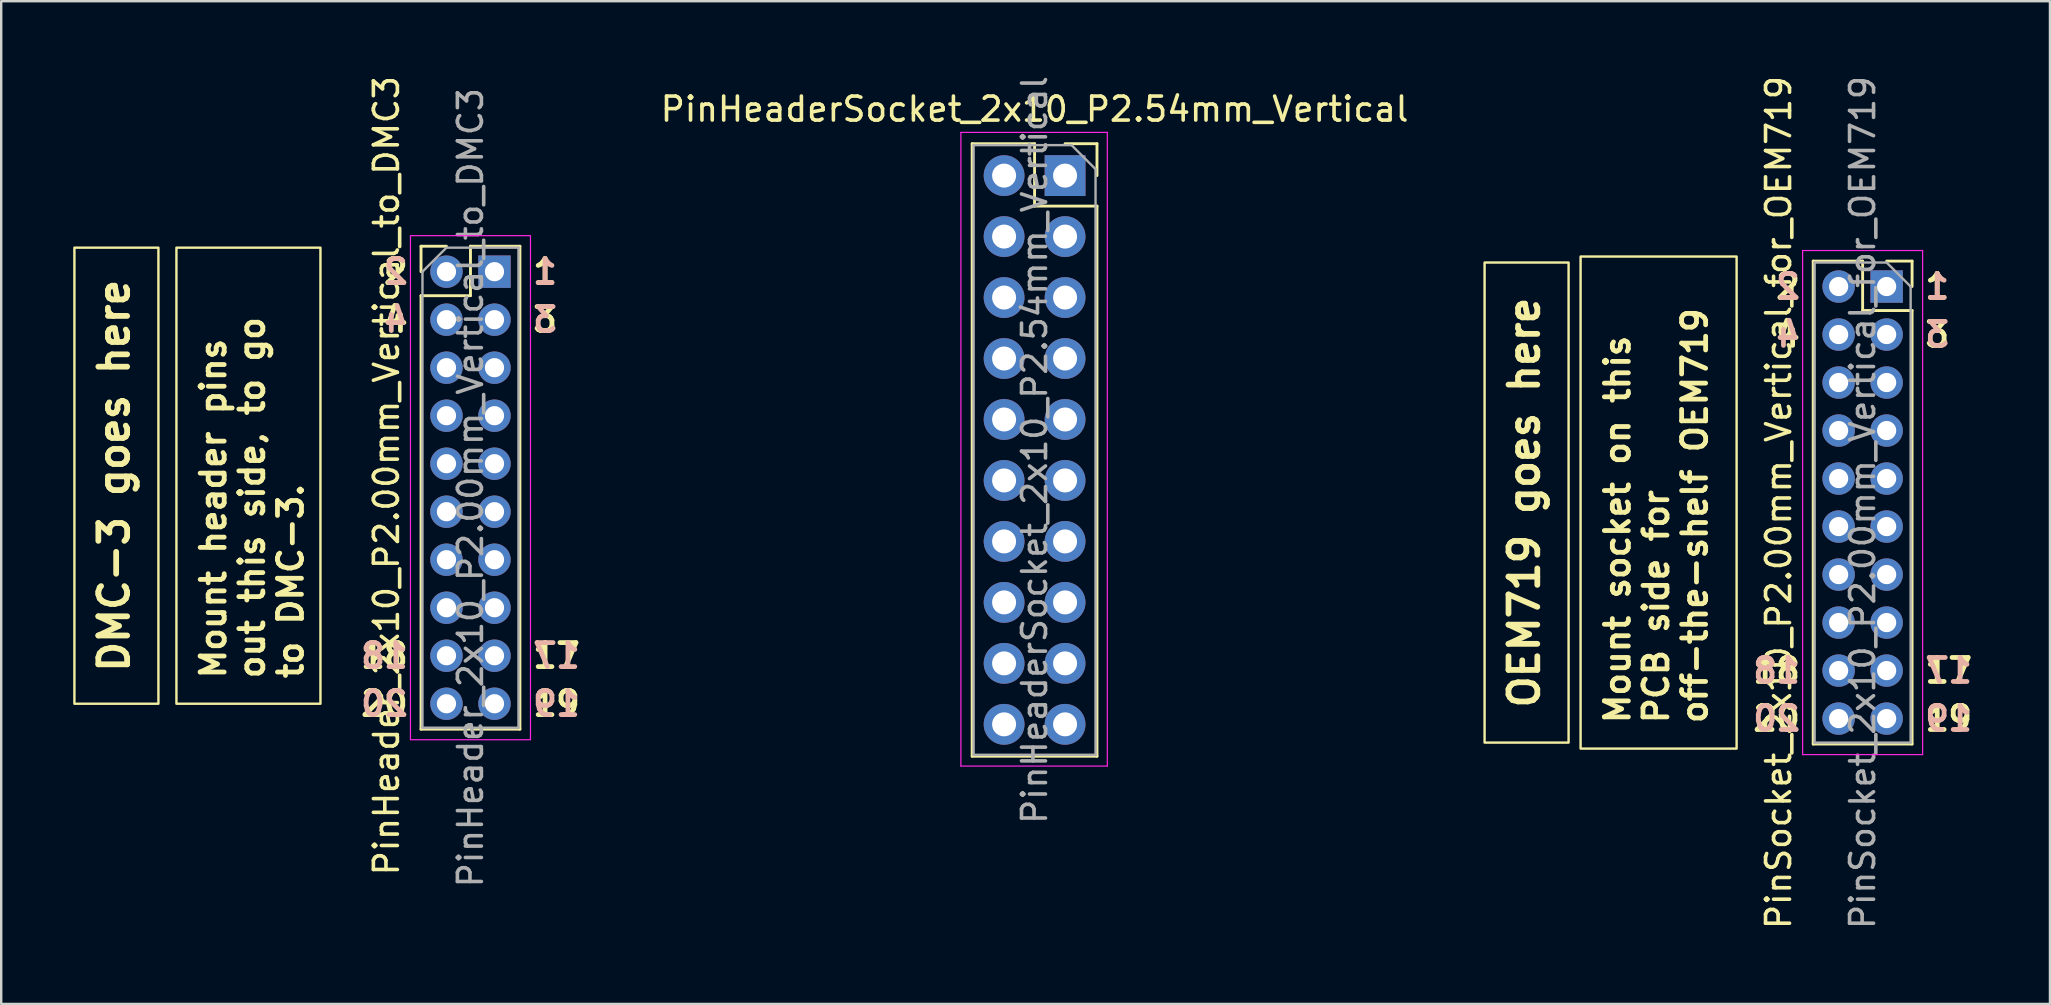
<source format=kicad_pcb>
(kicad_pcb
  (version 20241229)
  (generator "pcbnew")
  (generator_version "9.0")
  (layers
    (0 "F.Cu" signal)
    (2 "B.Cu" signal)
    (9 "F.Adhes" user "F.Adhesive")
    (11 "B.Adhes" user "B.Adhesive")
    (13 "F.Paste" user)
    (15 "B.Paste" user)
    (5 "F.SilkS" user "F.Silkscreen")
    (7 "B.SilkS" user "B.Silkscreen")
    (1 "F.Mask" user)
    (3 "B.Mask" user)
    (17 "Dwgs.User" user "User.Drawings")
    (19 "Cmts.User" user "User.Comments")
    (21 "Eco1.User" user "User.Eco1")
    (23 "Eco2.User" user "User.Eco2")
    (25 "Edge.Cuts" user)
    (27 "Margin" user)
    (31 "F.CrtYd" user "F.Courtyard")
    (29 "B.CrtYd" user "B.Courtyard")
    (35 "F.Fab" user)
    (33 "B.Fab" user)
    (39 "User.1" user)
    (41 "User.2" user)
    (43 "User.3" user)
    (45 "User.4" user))
  (footprint "PinSocket_2x10_P2.00mm_Vertical_for_OEM719"
    (layer "F.Cu")
    (at 75.548 8.887)
    (property "Reference" "PinSocket_2x10_P2.00mm_Vertical_for_OEM719" (at -4.5 9 90) (layer "F.SilkS") (effects (font (size 1 1) (thickness 0.15))))
    (attr through_hole)
    (fp_line (start -3.06 -1.06) (end -3.06 19.06) (stroke (width 0.12) (type solid)) (layer "F.SilkS"))
    (fp_line (start -3.06 -1.06) (end -1 -1.06) (stroke (width 0.12) (type solid)) (layer "F.SilkS"))
    (fp_line (start -3.06 19.06) (end 1.06 19.06) (stroke (width 0.12) (type solid)) (layer "F.SilkS"))
    (fp_line (start -1 -1.06) (end -1 1) (stroke (width 0.12) (type solid)) (layer "F.SilkS"))
    (fp_line (start -1 1) (end 1.06 1) (stroke (width 0.12) (type solid)) (layer "F.SilkS"))
    (fp_line (start 0 -1.06) (end 1.06 -1.06) (stroke (width 0.12) (type solid)) (layer "F.SilkS"))
    (fp_line (start 1.06 -1.06) (end 1.06 0) (stroke (width 0.12) (type solid)) (layer "F.SilkS"))
    (fp_line (start 1.06 1) (end 1.06 19.06) (stroke (width 0.12) (type solid)) (layer "F.SilkS"))
    (fp_line (start -3.5 -1.5) (end 1.5 -1.5) (stroke (width 0.05) (type solid)) (layer "F.CrtYd"))
    (fp_line (start -3.5 19.5) (end -3.5 -1.5) (stroke (width 0.05) (type solid)) (layer "F.CrtYd"))
    (fp_line (start 1.5 -1.5) (end 1.5 19.5) (stroke (width 0.05) (type solid)) (layer "F.CrtYd"))
    (fp_line (start 1.5 19.5) (end -3.5 19.5) (stroke (width 0.05) (type solid)) (layer "F.CrtYd"))
    (fp_line (start -3 -1) (end 0 -1) (stroke (width 0.1) (type solid)) (layer "F.Fab"))
    (fp_line (start -3 19) (end -3 -1) (stroke (width 0.1) (type solid)) (layer "F.Fab"))
    (fp_line (start 0 -1) (end 1 0) (stroke (width 0.1) (type solid)) (layer "F.Fab"))
    (fp_line (start 1 0) (end 1 19) (stroke (width 0.1) (type solid)) (layer "F.Fab"))
    (fp_line (start 1 19) (end -3 19) (stroke (width 0.1) (type solid)) (layer "F.Fab"))
    (fp_text user "17" (at 1.5 16 0) (unlocked yes) (layer "F.SilkS") (effects (font (size 1 1) (thickness 0.2) (bold yes)) (justify left)))
    (fp_text user "3" (at 1.5 2 0) (unlocked yes) (layer "F.SilkS") (effects (font (size 1 1) (thickness 0.2) (bold yes)) (justify left)))
    (fp_text user "1" (at 1.5 0 0) (unlocked yes) (layer "F.SilkS") (effects (font (size 1 1) (thickness 0.2) (bold yes)) (justify left)))
    (fp_text user "18" (at -3.5 16 0) (unlocked yes) (layer "F.SilkS") (effects (font (size 1 1) (thickness 0.2) (bold yes)) (justify right)))
    (fp_text user "19" (at 1.5 18 0) (unlocked yes) (layer "F.SilkS") (effects (font (size 1 1) (thickness 0.2) (bold yes)) (justify left)))
    (fp_text user "20" (at -3.5 18 0) (unlocked yes) (layer "F.SilkS") (effects (font (size 1 1) (thickness 0.2) (bold yes)) (justify right)))
    (fp_text user "2" (at -3.5 0 0) (unlocked yes) (layer "F.SilkS") (effects (font (size 1 1) (thickness 0.2) (bold yes)) (justify right)))
    (fp_text user "4" (at -3.5 2 0) (unlocked yes) (layer "F.SilkS") (effects (font (size 1 1) (thickness 0.2) (bold yes)) (justify right)))
    (fp_text user "18" (at -3.5 16 0) (unlocked yes) (layer "B.SilkS") (effects (font (size 1 1) (thickness 0.2) (bold yes)) (justify left mirror)))
    (fp_text user "19" (at 1.5 18 0) (unlocked yes) (layer "B.SilkS") (effects (font (size 1 1) (thickness 0.2) (bold yes)) (justify right mirror)))
    (fp_text user "2" (at -3.5 0 0) (unlocked yes) (layer "B.SilkS") (effects (font (size 1 1) (thickness 0.2) (bold yes)) (justify left mirror)))
    (fp_text user "4" (at -3.5 2 0) (unlocked yes) (layer "B.SilkS") (effects (font (size 1 1) (thickness 0.2) (bold yes)) (justify left mirror)))
    (fp_text user "3" (at 1.5 2 0) (unlocked yes) (layer "B.SilkS") (effects (font (size 1 1) (thickness 0.2) (bold yes)) (justify right mirror)))
    (fp_text user "1" (at 1.5 0 0) (unlocked yes) (layer "B.SilkS") (effects (font (size 1 1) (thickness 0.2) (bold yes)) (justify right mirror)))
    (fp_text user "17" (at 1.5 16 0) (unlocked yes) (layer "B.SilkS") (effects (font (size 1 1) (thickness 0.2) (bold yes)) (justify right mirror)))
    (fp_text user "20" (at -3.5 18 0) (unlocked yes) (layer "B.SilkS") (effects (font (size 1 1) (thickness 0.2) (bold yes)) (justify left mirror)))
    (fp_text user "${REFERENCE}" (at -1 9 90) (layer "F.Fab") (effects (font (size 1 1) (thickness 0.15))))
    (fp_text_box "Mount socket on this PCB side for off-the-shelf OEM719" (start -12.75 -1.25) (end -6.25 19.25) (margins 1.002 1.002 1.002 1.002) (angle 90) (layer "F.SilkS") (effects (font (size 1 1) (thickness 0.2) (bold yes)) (justify left top)) (border yes) (stroke (width 0.1) (type solid)))
    (fp_text_box "OEM719 goes here" (start -16.75 -1) (end -13.25 19) (margins 1.002 1.002 1.002 1.002) (angle 90) (layer "F.SilkS") (effects (font (size 1.2 1.2) (thickness 0.24) (bold yes)) (justify top)) (border yes) (stroke (width 0.1) (type solid)))
    (pad "1" thru_hole rect (at 0 0) (size 1.35 1.35) (drill 0.8) (layers "*.Cu" "*.Mask"))
    (pad "2" thru_hole oval (at -2 0) (size 1.35 1.35) (drill 0.8) (layers "*.Cu" "*.Mask"))
    (pad "3" thru_hole oval (at 0 2) (size 1.35 1.35) (drill 0.8) (layers "*.Cu" "*.Mask"))
    (pad "4" thru_hole oval (at -2 2) (size 1.35 1.35) (drill 0.8) (layers "*.Cu" "*.Mask"))
    (pad "5" thru_hole oval (at 0 4) (size 1.35 1.35) (drill 0.8) (layers "*.Cu" "*.Mask"))
    (pad "6" thru_hole oval (at -2 4) (size 1.35 1.35) (drill 0.8) (layers "*.Cu" "*.Mask"))
    (pad "7" thru_hole oval (at 0 6) (size 1.35 1.35) (drill 0.8) (layers "*.Cu" "*.Mask"))
    (pad "8" thru_hole oval (at -2 6) (size 1.35 1.35) (drill 0.8) (layers "*.Cu" "*.Mask"))
    (pad "9" thru_hole oval (at 0 8) (size 1.35 1.35) (drill 0.8) (layers "*.Cu" "*.Mask"))
    (pad "10" thru_hole oval (at -2 8) (size 1.35 1.35) (drill 0.8) (layers "*.Cu" "*.Mask"))
    (pad "11" thru_hole oval (at 0 10) (size 1.35 1.35) (drill 0.8) (layers "*.Cu" "*.Mask"))
    (pad "12" thru_hole oval (at -2 10) (size 1.35 1.35) (drill 0.8) (layers "*.Cu" "*.Mask"))
    (pad "13" thru_hole oval (at 0 12) (size 1.35 1.35) (drill 0.8) (layers "*.Cu" "*.Mask"))
    (pad "14" thru_hole oval (at -2 12) (size 1.35 1.35) (drill 0.8) (layers "*.Cu" "*.Mask"))
    (pad "15" thru_hole oval (at 0 14) (size 1.35 1.35) (drill 0.8) (layers "*.Cu" "*.Mask"))
    (pad "16" thru_hole oval (at -2 14) (size 1.35 1.35) (drill 0.8) (layers "*.Cu" "*.Mask"))
    (pad "17" thru_hole oval (at 0 16) (size 1.35 1.35) (drill 0.8) (layers "*.Cu" "*.Mask"))
    (pad "18" thru_hole oval (at -2 16) (size 1.35 1.35) (drill 0.8) (layers "*.Cu" "*.Mask"))
    (pad "19" thru_hole oval (at 0 18) (size 1.35 1.35) (drill 0.8) (layers "*.Cu" "*.Mask"))
    (pad "20" thru_hole oval (at -2 18) (size 1.35 1.35) (drill 0.8) (layers "*.Cu" "*.Mask")))
  (footprint "PinHeader_2x10_P2.00mm_Vertical_to_DMC3"
    (layer "F.Cu")
    (at 15.55 8.268)
    (property "Reference" "PinHeader_2x10_P2.00mm_Vertical_to_DMC3" (at -2.5 8.5 90) (layer "F.SilkS") (effects (font (size 1 1) (thickness 0.15))))
    (attr through_hole)
    (fp_line (start -1.06 -1.06) (end 0 -1.06) (stroke (width 0.12) (type solid)) (layer "F.SilkS"))
    (fp_line (start -1.06 0) (end -1.06 -1.06) (stroke (width 0.12) (type solid)) (layer "F.SilkS"))
    (fp_line (start -1.06 1) (end -1.06 19.06) (stroke (width 0.12) (type solid)) (layer "F.SilkS"))
    (fp_line (start -1.06 1) (end 1 1) (stroke (width 0.12) (type solid)) (layer "F.SilkS"))
    (fp_line (start -1.06 19.06) (end 3.06 19.06) (stroke (width 0.12) (type solid)) (layer "F.SilkS"))
    (fp_line (start 1 -1.06) (end 3.06 -1.06) (stroke (width 0.12) (type solid)) (layer "F.SilkS"))
    (fp_line (start 1 1) (end 1 -1.06) (stroke (width 0.12) (type solid)) (layer "F.SilkS"))
    (fp_line (start 3.06 -1.06) (end 3.06 19.06) (stroke (width 0.12) (type solid)) (layer "F.SilkS"))
    (fp_rect (start -1.5 -1.5) (end 3.5 19.5) (stroke (width 0.05) (type default)) (fill no) (layer "F.CrtYd"))
    (fp_line (start -1 0) (end 0 -1) (stroke (width 0.1) (type solid)) (layer "F.Fab"))
    (fp_line (start -1 19) (end -1 0) (stroke (width 0.1) (type solid)) (layer "F.Fab"))
    (fp_line (start 0 -1) (end 3 -1) (stroke (width 0.1) (type solid)) (layer "F.Fab"))
    (fp_line (start 3 -1) (end 3 19) (stroke (width 0.1) (type solid)) (layer "F.Fab"))
    (fp_line (start 3 19) (end -1 19) (stroke (width 0.1) (type solid)) (layer "F.Fab"))
    (fp_text user "20" (at -1.5 18 0) (unlocked yes) (layer "F.SilkS") (effects (font (size 1 1) (thickness 0.2) (bold yes)) (justify right)))
    (fp_text user "17" (at 3.5 16 0) (unlocked yes) (layer "F.SilkS") (effects (font (size 1 1) (thickness 0.2) (bold yes)) (justify left)))
    (fp_text user "3" (at 3.5 2 0) (unlocked yes) (layer "F.SilkS") (effects (font (size 1 1) (thickness 0.2) (bold yes)) (justify left)))
    (fp_text user "1" (at 3.5 0 0) (unlocked yes) (layer "F.SilkS") (effects (font (size 1 1) (thickness 0.2) (bold yes)) (justify left)))
    (fp_text user "2" (at -1.5 0 0) (unlocked yes) (layer "F.SilkS") (effects (font (size 1 1) (thickness 0.2) (bold yes)) (justify right)))
    (fp_text user "4" (at -1.5 2 0) (unlocked yes) (layer "F.SilkS") (effects (font (size 1 1) (thickness 0.2) (bold yes)) (justify right)))
    (fp_text user "18" (at -1.5 16 0) (unlocked yes) (layer "F.SilkS") (effects (font (size 1 1) (thickness 0.2) (bold yes)) (justify right)))
    (fp_text user "19" (at 3.5 18 0) (unlocked yes) (layer "F.SilkS") (effects (font (size 1 1) (thickness 0.2) (bold yes)) (justify left)))
    (fp_text user "1" (at 3.5 0 0) (unlocked yes) (layer "B.SilkS") (effects (font (size 1 1) (thickness 0.2) (bold yes)) (justify right mirror)))
    (fp_text user "2" (at -1.5 0 0) (unlocked yes) (layer "B.SilkS") (effects (font (size 1 1) (thickness 0.2) (bold yes)) (justify left mirror)))
    (fp_text user "17" (at 3.5 16 0) (unlocked yes) (layer "B.SilkS") (effects (font (size 1 1) (thickness 0.2) (bold yes)) (justify right mirror)))
    (fp_text user "3" (at 3.5 2 0) (unlocked yes) (layer "B.SilkS") (effects (font (size 1 1) (thickness 0.2) (bold yes)) (justify right mirror)))
    (fp_text user "4" (at -1.5 2 0) (unlocked yes) (layer "B.SilkS") (effects (font (size 1 1) (thickness 0.2) (bold yes)) (justify left mirror)))
    (fp_text user "20" (at -1.5 18 0) (unlocked yes) (layer "B.SilkS") (effects (font (size 1 1) (thickness 0.2) (bold yes)) (justify left mirror)))
    (fp_text user "18" (at -1.5 16 0) (unlocked yes) (layer "B.SilkS") (effects (font (size 1 1) (thickness 0.2) (bold yes)) (justify left mirror)))
    (fp_text user "19" (at 3.5 18 0) (unlocked yes) (layer "B.SilkS") (effects (font (size 1 1) (thickness 0.2) (bold yes)) (justify right mirror)))
    (fp_text user "${REFERENCE}" (at 1 9 90) (layer "F.Fab") (effects (font (size 1 1) (thickness 0.15))))
    (fp_text_box "Mount header pins out this side, to go to DMC-3." (start -11.25 -1) (end -5.25 18) (margins 1.002 1.002 1.002 1.002) (angle 90) (layer "F.SilkS") (effects (font (size 1 1) (thickness 0.2) (bold yes)) (justify left top)) (border yes) (stroke (width 0.1) (type solid)))
    (fp_text_box "DMC-3 goes here" (start -15.5 -1) (end -12 18) (margins 1.002 1.002 1.002 1.002) (angle 90) (layer "F.SilkS") (effects (font (size 1.2 1.2) (thickness 0.24) (bold yes)) (justify top)) (border yes) (stroke (width 0.1) (type solid)))
    (pad "1" thru_hole rect (at 2 0) (size 1.35 1.35) (drill 0.8) (layers "*.Cu" "*.Mask"))
    (pad "2" thru_hole oval (at 0 0) (size 1.35 1.35) (drill 0.8) (layers "*.Cu" "*.Mask"))
    (pad "3" thru_hole oval (at 2 2) (size 1.35 1.35) (drill 0.8) (layers "*.Cu" "*.Mask"))
    (pad "4" thru_hole oval (at 0 2) (size 1.35 1.35) (drill 0.8) (layers "*.Cu" "*.Mask"))
    (pad "5" thru_hole oval (at 2 4) (size 1.35 1.35) (drill 0.8) (layers "*.Cu" "*.Mask"))
    (pad "6" thru_hole oval (at 0 4) (size 1.35 1.35) (drill 0.8) (layers "*.Cu" "*.Mask"))
    (pad "7" thru_hole oval (at 2 6) (size 1.35 1.35) (drill 0.8) (layers "*.Cu" "*.Mask"))
    (pad "8" thru_hole oval (at 0 6) (size 1.35 1.35) (drill 0.8) (layers "*.Cu" "*.Mask"))
    (pad "9" thru_hole oval (at 2 8) (size 1.35 1.35) (drill 0.8) (layers "*.Cu" "*.Mask"))
    (pad "10" thru_hole oval (at 0 8) (size 1.35 1.35) (drill 0.8) (layers "*.Cu" "*.Mask"))
    (pad "11" thru_hole oval (at 2 10) (size 1.35 1.35) (drill 0.8) (layers "*.Cu" "*.Mask"))
    (pad "12" thru_hole oval (at 0 10) (size 1.35 1.35) (drill 0.8) (layers "*.Cu" "*.Mask"))
    (pad "13" thru_hole oval (at 2 12) (size 1.35 1.35) (drill 0.8) (layers "*.Cu" "*.Mask"))
    (pad "14" thru_hole oval (at 0 12) (size 1.35 1.35) (drill 0.8) (layers "*.Cu" "*.Mask"))
    (pad "15" thru_hole oval (at 2 14) (size 1.35 1.35) (drill 0.8) (layers "*.Cu" "*.Mask"))
    (pad "16" thru_hole oval (at 0 14) (size 1.35 1.35) (drill 0.8) (layers "*.Cu" "*.Mask"))
    (pad "17" thru_hole oval (at 2 16) (size 1.35 1.35) (drill 0.8) (layers "*.Cu" "*.Mask"))
    (pad "18" thru_hole oval (at 0 16) (size 1.35 1.35) (drill 0.8) (layers "*.Cu" "*.Mask"))
    (pad "19" thru_hole oval (at 2 18) (size 1.35 1.35) (drill 0.8) (layers "*.Cu" "*.Mask"))
    (pad "20" thru_hole oval (at 0 18) (size 1.35 1.35) (drill 0.8) (layers "*.Cu" "*.Mask")))
  (footprint "PinHeaderSocket_2x10_P2.54mm_Vertical"
    (layer "F.Cu")
    (at 41.321 4.266)
    (property "Reference" "PinHeaderSocket_2x10_P2.54mm_Vertical" (at -1.27 -2.77 0) (layer "F.SilkS") (effects (font (size 1 1) (thickness 0.15))))
    (attr through_hole)
    (fp_line (start -3.87 -1.33) (end -3.87 24.19) (stroke (width 0.12) (type solid)) (layer "F.SilkS"))
    (fp_line (start -3.87 -1.33) (end -1.27 -1.33) (stroke (width 0.12) (type solid)) (layer "F.SilkS"))
    (fp_line (start -3.87 24.19) (end 1.33 24.19) (stroke (width 0.12) (type solid)) (layer "F.SilkS"))
    (fp_line (start -1.27 -1.33) (end -1.27 1.27) (stroke (width 0.12) (type solid)) (layer "F.SilkS"))
    (fp_line (start -1.27 1.27) (end 1.33 1.27) (stroke (width 0.12) (type solid)) (layer "F.SilkS"))
    (fp_line (start 0 -1.33) (end 1.33 -1.33) (stroke (width 0.12) (type solid)) (layer "F.SilkS"))
    (fp_line (start 1.33 -1.33) (end 1.33 0) (stroke (width 0.12) (type solid)) (layer "F.SilkS"))
    (fp_line (start 1.33 1.27) (end 1.33 24.19) (stroke (width 0.12) (type solid)) (layer "F.SilkS"))
    (fp_line (start -4.34 -1.8) (end 1.76 -1.8) (stroke (width 0.05) (type solid)) (layer "F.CrtYd"))
    (fp_line (start -4.34 24.6) (end -4.34 -1.8) (stroke (width 0.05) (type solid)) (layer "F.CrtYd"))
    (fp_line (start 1.76 -1.8) (end 1.76 24.6) (stroke (width 0.05) (type solid)) (layer "F.CrtYd"))
    (fp_line (start 1.76 24.6) (end -4.34 24.6) (stroke (width 0.05) (type solid)) (layer "F.CrtYd"))
    (fp_line (start -3.81 -1.27) (end 0.27 -1.27) (stroke (width 0.1) (type solid)) (layer "F.Fab"))
    (fp_line (start -3.81 24.13) (end -3.81 -1.27) (stroke (width 0.1) (type solid)) (layer "F.Fab"))
    (fp_line (start 0.27 -1.27) (end 1.27 -0.27) (stroke (width 0.1) (type solid)) (layer "F.Fab"))
    (fp_line (start 1.27 -0.27) (end 1.27 24.13) (stroke (width 0.1) (type solid)) (layer "F.Fab"))
    (fp_line (start 1.27 24.13) (end -3.81 24.13) (stroke (width 0.1) (type solid)) (layer "F.Fab"))
    (fp_text user "${REFERENCE}" (at -1.27 11.43 90) (layer "F.Fab") (effects (font (size 1 1) (thickness 0.15))))
    (pad "1" thru_hole rect (at 0 0) (size 1.7 1.7) (drill 1) (layers "*.Cu" "*.Mask"))
    (pad "2" thru_hole oval (at -2.54 0) (size 1.7 1.7) (drill 1) (layers "*.Cu" "*.Mask"))
    (pad "3" thru_hole oval (at 0 2.54) (size 1.7 1.7) (drill 1) (layers "*.Cu" "*.Mask"))
    (pad "4" thru_hole oval (at -2.54 2.54) (size 1.7 1.7) (drill 1) (layers "*.Cu" "*.Mask"))
    (pad "5" thru_hole oval (at 0 5.08) (size 1.7 1.7) (drill 1) (layers "*.Cu" "*.Mask"))
    (pad "6" thru_hole oval (at -2.54 5.08) (size 1.7 1.7) (drill 1) (layers "*.Cu" "*.Mask"))
    (pad "7" thru_hole oval (at 0 7.62) (size 1.7 1.7) (drill 1) (layers "*.Cu" "*.Mask"))
    (pad "8" thru_hole oval (at -2.54 7.62) (size 1.7 1.7) (drill 1) (layers "*.Cu" "*.Mask"))
    (pad "9" thru_hole oval (at 0 10.16) (size 1.7 1.7) (drill 1) (layers "*.Cu" "*.Mask"))
    (pad "10" thru_hole oval (at -2.54 10.16) (size 1.7 1.7) (drill 1) (layers "*.Cu" "*.Mask"))
    (pad "11" thru_hole oval (at 0 12.7) (size 1.7 1.7) (drill 1) (layers "*.Cu" "*.Mask"))
    (pad "12" thru_hole oval (at -2.54 12.7) (size 1.7 1.7) (drill 1) (layers "*.Cu" "*.Mask"))
    (pad "13" thru_hole oval (at 0 15.24) (size 1.7 1.7) (drill 1) (layers "*.Cu" "*.Mask"))
    (pad "14" thru_hole oval (at -2.54 15.24) (size 1.7 1.7) (drill 1) (layers "*.Cu" "*.Mask"))
    (pad "15" thru_hole oval (at 0 17.78) (size 1.7 1.7) (drill 1) (layers "*.Cu" "*.Mask"))
    (pad "16" thru_hole oval (at -2.54 17.78) (size 1.7 1.7) (drill 1) (layers "*.Cu" "*.Mask"))
    (pad "17" thru_hole oval (at 0 20.32) (size 1.7 1.7) (drill 1) (layers "*.Cu" "*.Mask"))
    (pad "18" thru_hole oval (at -2.54 20.32) (size 1.7 1.7) (drill 1) (layers "*.Cu" "*.Mask"))
    (pad "19" thru_hole oval (at 0 22.86) (size 1.7 1.7) (drill 1) (layers "*.Cu" "*.Mask"))
    (pad "20" thru_hole oval (at -2.54 22.86) (size 1.7 1.7) (drill 1) (layers "*.Cu" "*.Mask")))
  (gr_rect
    (start -3 -3)
    (end 82.352 38.774)
    (stroke (width 0.1) (type default))
    (fill no)
    (layer "Edge.Cuts")))
</source>
